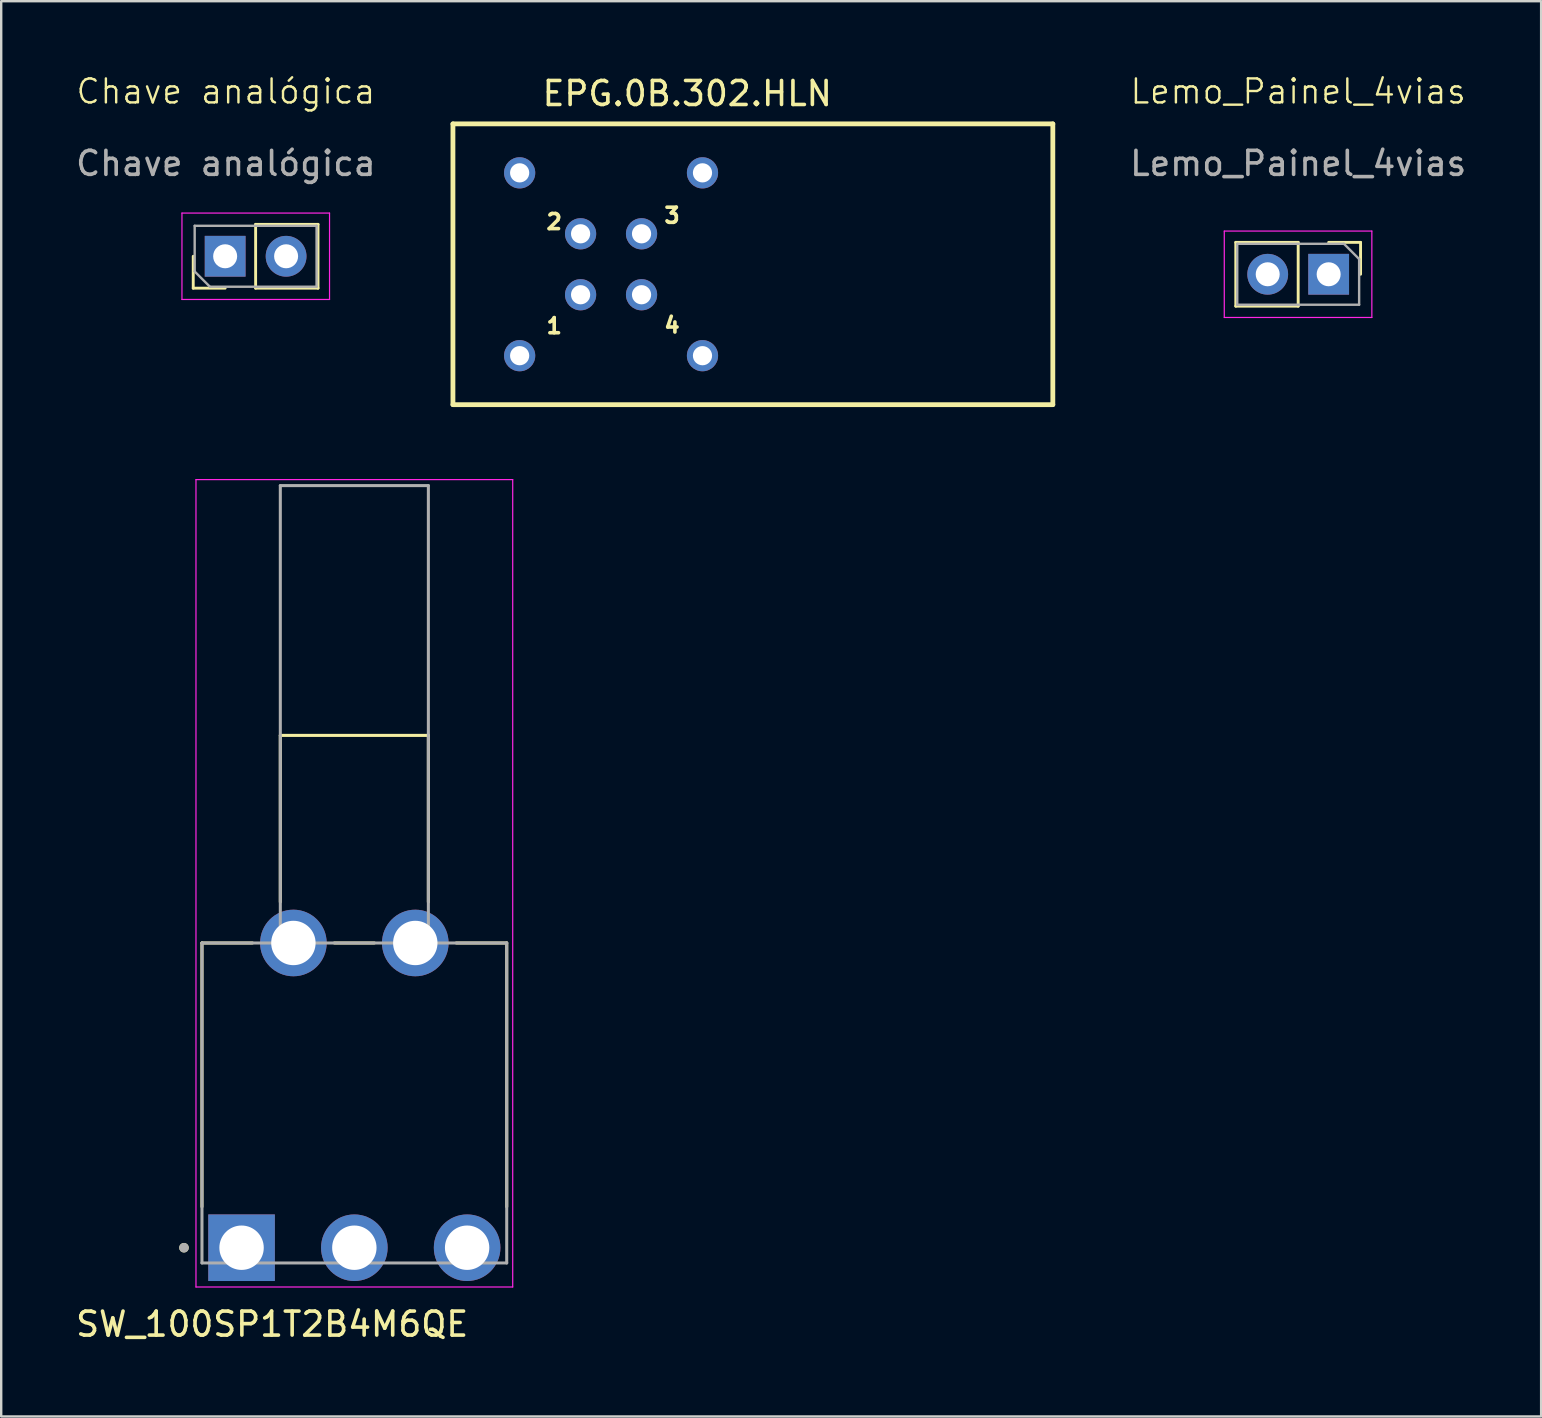
<source format=kicad_pcb>
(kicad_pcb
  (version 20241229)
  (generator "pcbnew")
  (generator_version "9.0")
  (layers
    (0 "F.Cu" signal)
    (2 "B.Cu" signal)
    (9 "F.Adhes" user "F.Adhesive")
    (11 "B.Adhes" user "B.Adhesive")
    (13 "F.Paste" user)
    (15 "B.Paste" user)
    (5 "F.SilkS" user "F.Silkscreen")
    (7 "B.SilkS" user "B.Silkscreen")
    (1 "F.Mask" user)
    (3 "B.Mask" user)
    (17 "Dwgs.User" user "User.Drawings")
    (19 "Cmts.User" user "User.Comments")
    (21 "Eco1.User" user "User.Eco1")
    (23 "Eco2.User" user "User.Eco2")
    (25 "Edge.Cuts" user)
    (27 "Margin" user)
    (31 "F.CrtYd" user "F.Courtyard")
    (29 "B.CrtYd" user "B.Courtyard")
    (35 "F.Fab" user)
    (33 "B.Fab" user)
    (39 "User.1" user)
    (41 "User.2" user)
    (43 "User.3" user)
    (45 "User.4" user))
  (footprint "SW_100SP1T2B4M6QE"
    (layer "F.Cu")
    (at 11.717 48.948)
    (property "Reference" "SW_100SP1T2B4M6QE" (at -3.425 3.185 0) (layer "F.SilkS") (effects (font (size 1 1) (thickness 0.15))))
    (attr through_hole)
    (fp_line (start -6.35 -12.7) (end -6.35 -1.708) (stroke (width 0.127) (type solid)) (layer "F.SilkS"))
    (fp_line (start -4.247 -12.7) (end -6.35 -12.7) (stroke (width 0.127) (type solid)) (layer "F.SilkS"))
    (fp_line (start -3.085 -21.35) (end 3.085 -21.35) (stroke (width 0.127) (type solid)) (layer "F.SilkS"))
    (fp_line (start -3.085 -14.408) (end -3.085 -21.35) (stroke (width 0.127) (type solid)) (layer "F.SilkS"))
    (fp_line (start -0.833 -12.7) (end 0.833 -12.7) (stroke (width 0.127) (type solid)) (layer "F.SilkS"))
    (fp_line (start 3.085 -21.35) (end 3.085 -14.408) (stroke (width 0.127) (type solid)) (layer "F.SilkS"))
    (fp_line (start 6.35 -12.7) (end 4.247 -12.7) (stroke (width 0.127) (type solid)) (layer "F.SilkS"))
    (fp_line (start 6.35 -1.708) (end 6.35 -12.7) (stroke (width 0.127) (type solid)) (layer "F.SilkS"))
    (fp_circle (center -7.1 0) (end -7 0) (stroke (width 0.2) (type solid)) (fill no) (layer "F.SilkS"))
    (fp_line (start -6.6 -32.01) (end -6.6 1.637) (stroke (width 0.05) (type solid)) (layer "F.CrtYd"))
    (fp_line (start -6.6 1.637) (end 6.6 1.637) (stroke (width 0.05) (type solid)) (layer "F.CrtYd"))
    (fp_line (start 6.6 -32.01) (end -6.6 -32.01) (stroke (width 0.05) (type solid)) (layer "F.CrtYd"))
    (fp_line (start 6.6 1.637) (end 6.6 -32.01) (stroke (width 0.05) (type solid)) (layer "F.CrtYd"))
    (fp_line (start -6.35 -12.7) (end -6.35 0.635) (stroke (width 0.127) (type solid)) (layer "F.Fab"))
    (fp_line (start -6.35 0.635) (end 6.35 0.635) (stroke (width 0.127) (type solid)) (layer "F.Fab"))
    (fp_line (start -3.085 -31.76) (end 3.085 -31.76) (stroke (width 0.127) (type solid)) (layer "F.Fab"))
    (fp_line (start -3.085 -12.7) (end -6.35 -12.7) (stroke (width 0.127) (type solid)) (layer "F.Fab"))
    (fp_line (start -3.085 -12.7) (end -3.085 -31.76) (stroke (width 0.127) (type solid)) (layer "F.Fab"))
    (fp_line (start 3.085 -31.76) (end 3.085 -12.7) (stroke (width 0.127) (type solid)) (layer "F.Fab"))
    (fp_line (start 3.085 -12.7) (end -3.085 -12.7) (stroke (width 0.127) (type solid)) (layer "F.Fab"))
    (fp_line (start 6.35 -12.7) (end 3.085 -12.7) (stroke (width 0.127) (type solid)) (layer "F.Fab"))
    (fp_line (start 6.35 0.635) (end 6.35 -12.7) (stroke (width 0.127) (type solid)) (layer "F.Fab"))
    (fp_circle (center -7.1 0) (end -7 0) (stroke (width 0.2) (type solid)) (fill no) (layer "F.Fab"))
    (pad "1" thru_hole rect (at -4.7 0) (size 2.775 2.775) (drill 1.85) (layers "*.Cu" "*.Mask"))
    (pad "2" thru_hole circle (at 0 0) (size 2.775 2.775) (drill 1.85) (layers "*.Cu" "*.Mask"))
    (pad "3" thru_hole circle (at 4.7 0) (size 2.775 2.775) (drill 1.85) (layers "*.Cu" "*.Mask"))
    (pad "S1" thru_hole circle (at -2.54 -12.7) (size 2.775 2.775) (drill 1.85) (layers "*.Cu" "*.Mask"))
    (pad "S2" thru_hole circle (at 2.54 -12.7) (size 2.775 2.775) (drill 1.85) (layers "*.Cu" "*.Mask")))
  (footprint "Chave analógica"
    (layer "F.Cu")
    (at 6.363 1.22)
    (property "Reference" "Chave analógica" (at 0 -0.46 0) (unlocked yes) (layer "F.SilkS") (effects (font (size 1 1) (thickness 0.1))))
    (attr smd)
    (fp_line (start -1.36 7.74) (end -1.36 6.41) (stroke (width 0.12) (type solid)) (layer "F.SilkS"))
    (fp_line (start -0.03 7.74) (end -1.36 7.74) (stroke (width 0.12) (type solid)) (layer "F.SilkS"))
    (fp_line (start 1.24 5.08) (end 3.84 5.08) (stroke (width 0.12) (type solid)) (layer "F.SilkS"))
    (fp_line (start 1.24 7.74) (end 1.24 5.08) (stroke (width 0.12) (type solid)) (layer "F.SilkS"))
    (fp_line (start 1.24 7.74) (end 3.84 7.74) (stroke (width 0.12) (type solid)) (layer "F.SilkS"))
    (fp_line (start 3.84 7.74) (end 3.84 5.08) (stroke (width 0.12) (type solid)) (layer "F.SilkS"))
    (fp_line (start -1.83 4.61) (end -1.83 8.21) (stroke (width 0.05) (type solid)) (layer "F.CrtYd"))
    (fp_line (start -1.83 8.21) (end 4.32 8.21) (stroke (width 0.05) (type solid)) (layer "F.CrtYd"))
    (fp_line (start 4.32 4.61) (end -1.83 4.61) (stroke (width 0.05) (type solid)) (layer "F.CrtYd"))
    (fp_line (start 4.32 8.21) (end 4.32 4.61) (stroke (width 0.05) (type solid)) (layer "F.CrtYd"))
    (fp_line (start -1.3 5.14) (end 3.78 5.14) (stroke (width 0.1) (type solid)) (layer "F.Fab"))
    (fp_line (start -1.3 7.045) (end -1.3 5.14) (stroke (width 0.1) (type solid)) (layer "F.Fab"))
    (fp_line (start -0.665 7.68) (end -1.3 7.045) (stroke (width 0.1) (type solid)) (layer "F.Fab"))
    (fp_line (start 3.78 5.14) (end 3.78 7.68) (stroke (width 0.1) (type solid)) (layer "F.Fab"))
    (fp_line (start 3.78 7.68) (end -0.665 7.68) (stroke (width 0.1) (type solid)) (layer "F.Fab"))
    (fp_text user "${REFERENCE}" (at 0 2.54 0) (unlocked yes) (layer "F.Fab") (effects (font (size 1 1) (thickness 0.15))))
    (pad "1" thru_hole rect (at -0.03 6.41 90) (size 1.7 1.7) (drill 1) (layers "*.Cu" "*.Mask"))
    (pad "2" thru_hole oval (at 2.51 6.41 90) (size 1.7 1.7) (drill 1) (layers "*.Cu" "*.Mask")))
  (footprint "Lemo_Painel_4vias"
    (layer "F.Cu")
    (at 51.051 8.38)
    (property "Reference" "Lemo_Painel_4vias" (at 0 -7.62 0) (unlocked yes) (layer "F.SilkS") (effects (font (size 1 1) (thickness 0.1))))
    (attr smd)
    (fp_line (start -2.6 -1.33) (end -2.6 1.33) (stroke (width 0.12) (type solid)) (layer "F.SilkS"))
    (fp_line (start 0 -1.33) (end -2.6 -1.33) (stroke (width 0.12) (type solid)) (layer "F.SilkS"))
    (fp_line (start 0 -1.33) (end 0 1.33) (stroke (width 0.12) (type solid)) (layer "F.SilkS"))
    (fp_line (start 0 1.33) (end -2.6 1.33) (stroke (width 0.12) (type solid)) (layer "F.SilkS"))
    (fp_line (start 1.27 -1.33) (end 2.6 -1.33) (stroke (width 0.12) (type solid)) (layer "F.SilkS"))
    (fp_line (start 2.6 -1.33) (end 2.6 0) (stroke (width 0.12) (type solid)) (layer "F.SilkS"))
    (fp_line (start -3.08 -1.8) (end -3.08 1.8) (stroke (width 0.05) (type solid)) (layer "F.CrtYd"))
    (fp_line (start -3.08 1.8) (end 3.07 1.8) (stroke (width 0.05) (type solid)) (layer "F.CrtYd"))
    (fp_line (start 3.07 -1.8) (end -3.08 -1.8) (stroke (width 0.05) (type solid)) (layer "F.CrtYd"))
    (fp_line (start 3.07 1.8) (end 3.07 -1.8) (stroke (width 0.05) (type solid)) (layer "F.CrtYd"))
    (fp_line (start -2.54 -1.27) (end 1.905 -1.27) (stroke (width 0.1) (type solid)) (layer "F.Fab"))
    (fp_line (start -2.54 1.27) (end -2.54 -1.27) (stroke (width 0.1) (type solid)) (layer "F.Fab"))
    (fp_line (start 1.905 -1.27) (end 2.54 -0.635) (stroke (width 0.1) (type solid)) (layer "F.Fab"))
    (fp_line (start 2.54 -0.635) (end 2.54 1.27) (stroke (width 0.1) (type solid)) (layer "F.Fab"))
    (fp_line (start 2.54 1.27) (end -2.54 1.27) (stroke (width 0.1) (type solid)) (layer "F.Fab"))
    (fp_text user "${REFERENCE}" (at 0 -4.62 0) (unlocked yes) (layer "F.Fab") (effects (font (size 1 1) (thickness 0.15))))
    (pad "1" thru_hole rect (at 1.27 0 270) (size 1.7 1.7) (drill 1) (layers "*.Cu" "*.Mask"))
    (pad "2" thru_hole oval (at -1.27 0 270) (size 1.7 1.7) (drill 1) (layers "*.Cu" "*.Mask")))
  (footprint "EPG.0B.302.HLN"
    (layer "F.Cu")
    (at 22.416 7.963)
    (property "Reference" "EPG.0B.302.HLN" (at 3.175 -7.115 0) (layer "F.SilkS") (effects (font (size 1 1) (thickness 0.15))))
    (attr through_hole)
    (fp_line (start -6.59 -5.85) (end -6.59 5.85) (stroke (width 0.2) (type solid)) (layer "F.SilkS"))
    (fp_line (start -6.59 -5.85) (end 18.41 -5.85) (stroke (width 0.2) (type solid)) (layer "F.SilkS"))
    (fp_line (start -6.59 5.85) (end 18.41 5.85) (stroke (width 0.2) (type solid)) (layer "F.SilkS"))
    (fp_line (start 18.41 -5.85) (end 18.41 5.85) (stroke (width 0.2) (type solid)) (layer "F.SilkS"))
    (fp_text user "1" (at -2.37 2.57 0) (layer "F.SilkS") (effects (font (size 0.63 0.63) (thickness 0.15))))
    (fp_text user "3" (at 2.54 -2.032 0) (layer "F.SilkS") (effects (font (size 0.63 0.63) (thickness 0.15))))
    (fp_text user "2" (at -2.37 -1.77 0) (layer "F.SilkS") (effects (font (size 0.63 0.63) (thickness 0.15))))
    (fp_text user "4" (at 2.54 2.54 0) (layer "F.SilkS") (effects (font (size 0.63 0.63) (thickness 0.15))))
    (pad "1" thru_hole circle (at -1.27 1.27 240) (size 1.3 1.3) (drill 0.8) (layers "*.Cu" "*.Mask"))
    (pad "2" thru_hole circle (at -1.27 -1.27 240) (size 1.3 1.3) (drill 0.8) (layers "*.Cu" "*.Mask"))
    (pad "3" thru_hole circle (at 1.27 -1.27 240) (size 1.3 1.3) (drill 0.8) (layers "*.Cu" "*.Mask"))
    (pad "4" thru_hole circle (at 1.27 1.27 240) (size 1.3 1.3) (drill 0.8) (layers "*.Cu" "*.Mask"))
    (pad "5" thru_hole circle (at -3.81 3.81 240) (size 1.3 1.3) (drill 0.8) (layers "*.Cu" "*.Mask"))
    (pad "6" thru_hole circle (at 3.81 3.81 240) (size 1.3 1.3) (drill 0.8) (layers "*.Cu" "*.Mask"))
    (pad "7" thru_hole circle (at 3.81 -3.81 240) (size 1.3 1.3) (drill 0.8) (layers "*.Cu" "*.Mask"))
    (pad "8" thru_hole circle (at -3.81 -3.81 240) (size 1.3 1.3) (drill 0.8) (layers "*.Cu" "*.Mask")))
  (gr_rect
    (start -3 -3)
    (end 61.176 55.981)
    (stroke (width 0.1) (type default))
    (fill no)
    (layer "Edge.Cuts")))
</source>
